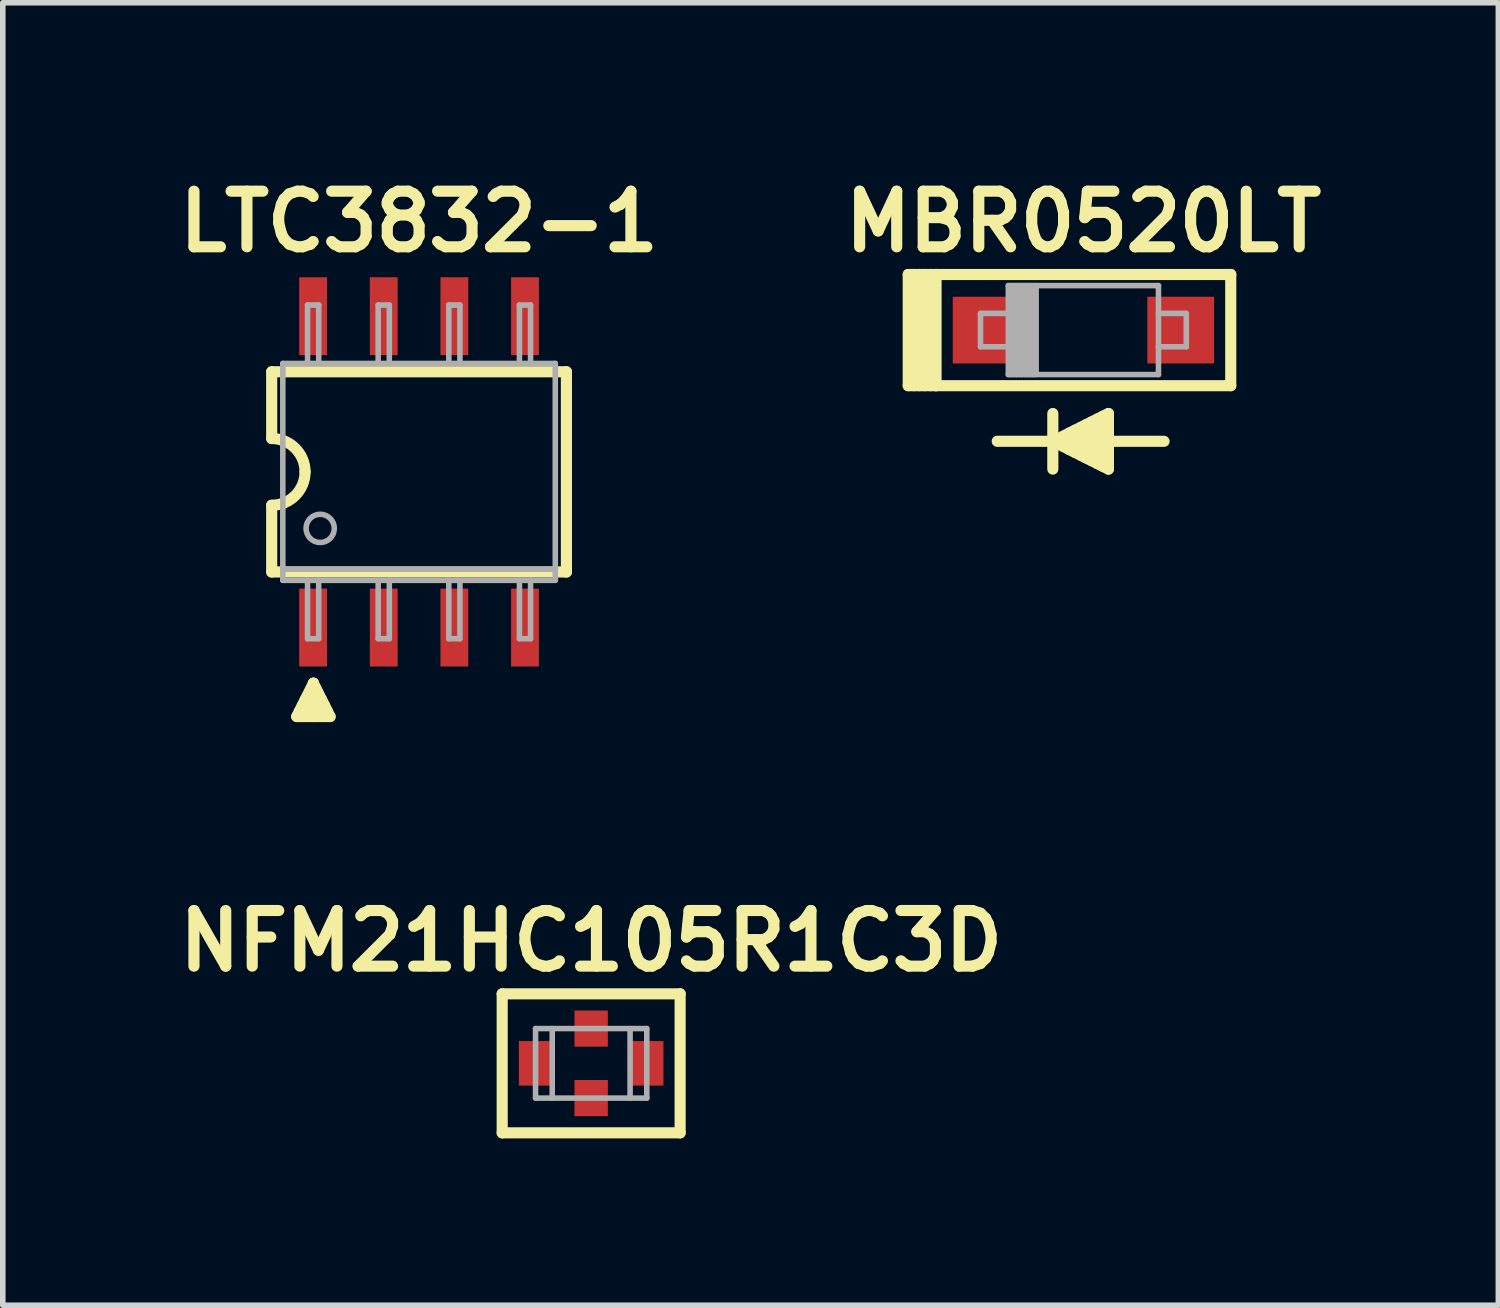
<source format=kicad_pcb>
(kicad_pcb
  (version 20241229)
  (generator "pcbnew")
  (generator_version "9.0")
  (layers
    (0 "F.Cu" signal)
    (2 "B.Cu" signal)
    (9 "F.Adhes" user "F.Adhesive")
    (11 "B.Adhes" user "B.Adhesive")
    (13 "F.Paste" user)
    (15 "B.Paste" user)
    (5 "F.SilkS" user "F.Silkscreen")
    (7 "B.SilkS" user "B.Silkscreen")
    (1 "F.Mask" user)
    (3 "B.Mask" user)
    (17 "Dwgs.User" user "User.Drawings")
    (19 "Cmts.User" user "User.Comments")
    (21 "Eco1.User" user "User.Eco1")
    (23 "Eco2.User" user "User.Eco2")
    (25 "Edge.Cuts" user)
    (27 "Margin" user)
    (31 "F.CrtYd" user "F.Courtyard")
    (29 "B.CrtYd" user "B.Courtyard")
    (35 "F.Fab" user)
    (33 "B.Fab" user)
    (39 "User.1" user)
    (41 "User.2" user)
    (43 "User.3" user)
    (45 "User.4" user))
  (footprint "NFM21HC105R1C3D"
    (layer "F.Cu")
    (at 7.581 16.072)
    (property "Reference" "NFM21HC105R1C3D" (at 0 -2.2 0) (layer "F.SilkS") (effects (font (size 1 1) (thickness 0.2))))
    (attr through_hole)
    (fp_line (start -1.6 -1.25) (end 1.6 -1.25) (stroke (width 0.2) (type solid)) (layer "F.SilkS"))
    (fp_line (start -1.6 1.25) (end -1.6 -1.25) (stroke (width 0.2) (type solid)) (layer "F.SilkS"))
    (fp_line (start -1.6 1.25) (end 1.6 1.25) (stroke (width 0.2) (type solid)) (layer "F.SilkS"))
    (fp_line (start 1.6 1.25) (end 1.6 -1.25) (stroke (width 0.2) (type solid)) (layer "F.SilkS"))
    (fp_line (start -1 -0.625) (end -1 0.625) (stroke (width 0.1) (type solid)) (layer "F.Fab"))
    (fp_line (start -1 0.625) (end 1 0.625) (stroke (width 0.1) (type solid)) (layer "F.Fab"))
    (fp_line (start -0.7 -0.625) (end -0.7 0.625) (stroke (width 0.1) (type solid)) (layer "F.Fab"))
    (fp_line (start 0.7 0.625) (end 0.7 -0.625) (stroke (width 0.1) (type solid)) (layer "F.Fab"))
    (fp_line (start 1 -0.625) (end -1 -0.625) (stroke (width 0.1) (type solid)) (layer "F.Fab"))
    (fp_line (start 1 0.625) (end 1 -0.625) (stroke (width 0.1) (type solid)) (layer "F.Fab"))
    (pad "1" smd rect (at -1 0) (size 0.6 0.8) (layers "F.Cu" "F.Mask" "F.Paste"))
    (pad "2" smd rect (at 0 -0.625) (size 0.6 0.65) (layers "F.Cu" "F.Mask" "F.Paste"))
    (pad "2" smd rect (at 0 0.625) (size 0.6 0.65) (layers "F.Cu" "F.Mask" "F.Paste"))
    (pad "3" smd rect (at 1 0) (size 0.6 0.8) (layers "F.Cu" "F.Mask" "F.Paste")))
  (footprint "LTC3832-1"
    (layer "F.Cu")
    (at 4.486 5.436)
    (property "Reference" "LTC3832-1" (at 0 -4.5 0) (layer "F.SilkS") (effects (font (size 1 1) (thickness 0.2))))
    (attr through_hole)
    (fp_line (start -2.65 -1.8) (end -2.65 -0.6) (stroke (width 0.2) (type solid)) (layer "F.SilkS"))
    (fp_line (start -2.65 -1.8) (end 2.65 -1.8) (stroke (width 0.2) (type solid)) (layer "F.SilkS"))
    (fp_line (start -2.65 1.8) (end -2.65 0.6) (stroke (width 0.2) (type solid)) (layer "F.SilkS"))
    (fp_line (start -2.2 4.4) (end -1.6 4.4) (stroke (width 0.2) (type solid)) (layer "F.SilkS"))
    (fp_line (start -2.15 4.3) (end -1.65 4.3) (stroke (width 0.2) (type solid)) (layer "F.SilkS"))
    (fp_line (start -1.9 3.8) (end -2.2 4.4) (stroke (width 0.2) (type solid)) (layer "F.SilkS"))
    (fp_line (start -1.9 3.8) (end -1.9 4.4) (stroke (width 0.2) (type solid)) (layer "F.SilkS"))
    (fp_line (start -1.75 4.1) (end -2.05 4.1) (stroke (width 0.2) (type solid)) (layer "F.SilkS"))
    (fp_line (start -1.7 4.2) (end -2.1 4.2) (stroke (width 0.2) (type solid)) (layer "F.SilkS"))
    (fp_line (start -1.6 4.4) (end -1.9 3.8) (stroke (width 0.2) (type solid)) (layer "F.SilkS"))
    (fp_line (start 2.65 -1.8) (end 2.65 1.8) (stroke (width 0.2) (type solid)) (layer "F.SilkS"))
    (fp_line (start 2.65 1.8) (end -2.65 1.8) (stroke (width 0.2) (type solid)) (layer "F.SilkS"))
    (fp_arc (start -2.65 -0.6) (mid -2.225736 -0.424264) (end -2.05 0) (stroke (width 0.2) (type solid)) (layer "F.SilkS"))
    (fp_arc (start -2.05 0) (mid -2.225736 0.424264) (end -2.65 0.6) (stroke (width 0.2) (type solid)) (layer "F.SilkS"))
    (fp_line (start -2.45 -1.95) (end 2.45 -1.95) (stroke (width 0.1) (type solid)) (layer "F.Fab"))
    (fp_line (start -2.45 1.75) (end 2.45 1.75) (stroke (width 0.1) (type solid)) (layer "F.Fab"))
    (fp_line (start -2.45 1.95) (end -2.45 -1.95) (stroke (width 0.1) (type solid)) (layer "F.Fab"))
    (fp_line (start -2.005 -3) (end -2.005 -1.95) (stroke (width 0.1) (type solid)) (layer "F.Fab"))
    (fp_line (start -2.005 3) (end -2.005 1.95) (stroke (width 0.1) (type solid)) (layer "F.Fab"))
    (fp_line (start -1.805 -3) (end -2.005 -3) (stroke (width 0.1) (type solid)) (layer "F.Fab"))
    (fp_line (start -1.805 -1.95) (end -1.805 -3) (stroke (width 0.1) (type solid)) (layer "F.Fab"))
    (fp_line (start -1.805 1.95) (end -1.805 3) (stroke (width 0.1) (type solid)) (layer "F.Fab"))
    (fp_line (start -1.805 3) (end -2.005 3) (stroke (width 0.1) (type solid)) (layer "F.Fab"))
    (fp_line (start -0.735 -3) (end -0.735 -1.95) (stroke (width 0.1) (type solid)) (layer "F.Fab"))
    (fp_line (start -0.735 3) (end -0.735 1.95) (stroke (width 0.1) (type solid)) (layer "F.Fab"))
    (fp_line (start -0.535 -3) (end -0.735 -3) (stroke (width 0.1) (type solid)) (layer "F.Fab"))
    (fp_line (start -0.535 -1.95) (end -0.535 -3) (stroke (width 0.1) (type solid)) (layer "F.Fab"))
    (fp_line (start -0.535 1.95) (end -0.535 3) (stroke (width 0.1) (type solid)) (layer "F.Fab"))
    (fp_line (start -0.535 3) (end -0.735 3) (stroke (width 0.1) (type solid)) (layer "F.Fab"))
    (fp_line (start 0.535 -3) (end 0.535 -1.95) (stroke (width 0.1) (type solid)) (layer "F.Fab"))
    (fp_line (start 0.535 3) (end 0.535 1.95) (stroke (width 0.1) (type solid)) (layer "F.Fab"))
    (fp_line (start 0.735 -3) (end 0.535 -3) (stroke (width 0.1) (type solid)) (layer "F.Fab"))
    (fp_line (start 0.735 -1.95) (end 0.735 -3) (stroke (width 0.1) (type solid)) (layer "F.Fab"))
    (fp_line (start 0.735 1.95) (end 0.735 3) (stroke (width 0.1) (type solid)) (layer "F.Fab"))
    (fp_line (start 0.735 3) (end 0.535 3) (stroke (width 0.1) (type solid)) (layer "F.Fab"))
    (fp_line (start 1.805 -3) (end 1.805 -1.95) (stroke (width 0.1) (type solid)) (layer "F.Fab"))
    (fp_line (start 1.805 3) (end 1.805 1.95) (stroke (width 0.1) (type solid)) (layer "F.Fab"))
    (fp_line (start 2.005 -3) (end 1.805 -3) (stroke (width 0.1) (type solid)) (layer "F.Fab"))
    (fp_line (start 2.005 -1.95) (end 2.005 -3) (stroke (width 0.1) (type solid)) (layer "F.Fab"))
    (fp_line (start 2.005 1.95) (end 2.005 3) (stroke (width 0.1) (type solid)) (layer "F.Fab"))
    (fp_line (start 2.005 3) (end 1.805 3) (stroke (width 0.1) (type solid)) (layer "F.Fab"))
    (fp_line (start 2.45 -1.95) (end 2.45 1.95) (stroke (width 0.1) (type solid)) (layer "F.Fab"))
    (fp_line (start 2.45 1.95) (end -2.45 1.95) (stroke (width 0.1) (type solid)) (layer "F.Fab"))
    (fp_circle (center -1.778 1.016) (end -1.778 1.27) (stroke (width 0.1) (type solid)) (fill no) (layer "F.Fab"))
    (pad "1" smd rect (at -1.905 2.8) (size 0.5 1.4) (layers "F.Cu" "F.Mask" "F.Paste"))
    (pad "2" smd rect (at -0.635 2.8) (size 0.5 1.4) (layers "F.Cu" "F.Mask" "F.Paste"))
    (pad "3" smd rect (at 0.635 2.8) (size 0.5 1.4) (layers "F.Cu" "F.Mask" "F.Paste"))
    (pad "4" smd rect (at 1.905 2.8) (size 0.5 1.4) (layers "F.Cu" "F.Mask" "F.Paste"))
    (pad "5" smd rect (at 1.905 -2.8) (size 0.5 1.4) (layers "F.Cu" "F.Mask" "F.Paste"))
    (pad "6" smd rect (at 0.635 -2.8) (size 0.5 1.4) (layers "F.Cu" "F.Mask" "F.Paste"))
    (pad "7" smd rect (at -0.635 -2.8) (size 0.5 1.4) (layers "F.Cu" "F.Mask" "F.Paste"))
    (pad "8" smd rect (at -1.905 -2.8) (size 0.5 1.4) (layers "F.Cu" "F.Mask" "F.Paste")))
  (footprint "MBR0520LT"
    (layer "F.Cu")
    (at 16.433 2.886)
    (property "Reference" "MBR0520LT" (at 0 -1.95 0) (layer "F.SilkS") (effects (font (size 1 1) (thickness 0.2))))
    (attr through_hole)
    (fp_line (start -3.15 -1) (end -2.65 -1) (stroke (width 0.2) (type solid)) (layer "F.SilkS"))
    (fp_line (start -3.15 1) (end -3.15 -1) (stroke (width 0.2) (type solid)) (layer "F.SilkS"))
    (fp_line (start -3.05 1) (end -3.05 -1) (stroke (width 0.2) (type solid)) (layer "F.SilkS"))
    (fp_line (start -2.95 -1) (end -2.95 1) (stroke (width 0.2) (type solid)) (layer "F.SilkS"))
    (fp_line (start -2.85 1) (end -2.85 -1) (stroke (width 0.2) (type solid)) (layer "F.SilkS"))
    (fp_line (start -2.75 -1) (end -2.75 1) (stroke (width 0.2) (type solid)) (layer "F.SilkS"))
    (fp_line (start -2.65 -1) (end 2.65 -1) (stroke (width 0.2) (type solid)) (layer "F.SilkS"))
    (fp_line (start -2.65 1) (end -3.15 1) (stroke (width 0.2) (type solid)) (layer "F.SilkS"))
    (fp_line (start -2.65 1) (end -2.65 -1) (stroke (width 0.2) (type solid)) (layer "F.SilkS"))
    (fp_line (start -0.55 1.5) (end -0.55 2.5) (stroke (width 0.2) (type solid)) (layer "F.SilkS"))
    (fp_line (start -0.55 2) (end -1.55 2) (stroke (width 0.2) (type solid)) (layer "F.SilkS"))
    (fp_line (start -0.55 2) (end 0.45 2) (stroke (width 0.2) (type solid)) (layer "F.SilkS"))
    (fp_line (start -0.55 2) (end 0.45 2.5) (stroke (width 0.2) (type solid)) (layer "F.SilkS"))
    (fp_line (start -0.25 2.15) (end -0.25 1.85) (stroke (width 0.2) (type solid)) (layer "F.SilkS"))
    (fp_line (start -0.15 1.8) (end -0.15 2.2) (stroke (width 0.2) (type solid)) (layer "F.SilkS"))
    (fp_line (start -0.05 2.25) (end -0.05 1.75) (stroke (width 0.2) (type solid)) (layer "F.SilkS"))
    (fp_line (start 0.05 1.7) (end 0.05 2.3) (stroke (width 0.2) (type solid)) (layer "F.SilkS"))
    (fp_line (start 0.15 2.35) (end 0.15 1.65) (stroke (width 0.2) (type solid)) (layer "F.SilkS"))
    (fp_line (start 0.25 1.6) (end 0.25 2.4) (stroke (width 0.2) (type solid)) (layer "F.SilkS"))
    (fp_line (start 0.35 2.45) (end 0.35 1.55) (stroke (width 0.2) (type solid)) (layer "F.SilkS"))
    (fp_line (start 0.45 1.5) (end -0.55 2) (stroke (width 0.2) (type solid)) (layer "F.SilkS"))
    (fp_line (start 0.45 2) (end 0.45 1.5) (stroke (width 0.2) (type solid)) (layer "F.SilkS"))
    (fp_line (start 0.45 2) (end 1.45 2) (stroke (width 0.2) (type solid)) (layer "F.SilkS"))
    (fp_line (start 0.45 2.5) (end 0.45 2) (stroke (width 0.2) (type solid)) (layer "F.SilkS"))
    (fp_line (start 2.65 -1) (end 2.65 1) (stroke (width 0.2) (type solid)) (layer "F.SilkS"))
    (fp_line (start 2.65 1) (end -2.65 1) (stroke (width 0.2) (type solid)) (layer "F.SilkS"))
    (fp_line (start -1.85 -0.3) (end -1.85 0.3) (stroke (width 0.1) (type solid)) (layer "F.Fab"))
    (fp_line (start -1.85 0.3) (end -1.35 0.3) (stroke (width 0.1) (type solid)) (layer "F.Fab"))
    (fp_line (start -1.35 -0.8) (end -1.35 0.8) (stroke (width 0.1) (type solid)) (layer "F.Fab"))
    (fp_line (start -1.35 -0.3) (end -1.85 -0.3) (stroke (width 0.1) (type solid)) (layer "F.Fab"))
    (fp_line (start -1.35 0.8) (end 1.35 0.8) (stroke (width 0.1) (type solid)) (layer "F.Fab"))
    (fp_line (start -1.3 0.8) (end -1.3 -0.8) (stroke (width 0.1) (type solid)) (layer "F.Fab"))
    (fp_line (start -1.25 -0.8) (end -1.25 0.8) (stroke (width 0.1) (type solid)) (layer "F.Fab"))
    (fp_line (start -1.2 0.8) (end -1.2 -0.8) (stroke (width 0.1) (type solid)) (layer "F.Fab"))
    (fp_line (start -1.15 -0.8) (end -1.15 0.8) (stroke (width 0.1) (type solid)) (layer "F.Fab"))
    (fp_line (start -1.1 0.8) (end -1.1 -0.8) (stroke (width 0.1) (type solid)) (layer "F.Fab"))
    (fp_line (start -1.05 -0.8) (end -1.05 0.8) (stroke (width 0.1) (type solid)) (layer "F.Fab"))
    (fp_line (start -1 0.8) (end -1 -0.8) (stroke (width 0.1) (type solid)) (layer "F.Fab"))
    (fp_line (start -0.95 0.8) (end -0.95 -0.8) (stroke (width 0.1) (type solid)) (layer "F.Fab"))
    (fp_line (start -0.9 0.8) (end -0.9 -0.8) (stroke (width 0.1) (type solid)) (layer "F.Fab"))
    (fp_line (start -0.85 -0.8) (end -0.85 0.8) (stroke (width 0.1) (type solid)) (layer "F.Fab"))
    (fp_line (start 1.35 -0.8) (end -1.35 -0.8) (stroke (width 0.1) (type solid)) (layer "F.Fab"))
    (fp_line (start 1.35 -0.3) (end 1.85 -0.3) (stroke (width 0.1) (type solid)) (layer "F.Fab"))
    (fp_line (start 1.35 0.8) (end 1.35 -0.8) (stroke (width 0.1) (type solid)) (layer "F.Fab"))
    (fp_line (start 1.85 -0.3) (end 1.85 0.3) (stroke (width 0.1) (type solid)) (layer "F.Fab"))
    (fp_line (start 1.85 0.3) (end 1.35 0.3) (stroke (width 0.1) (type solid)) (layer "F.Fab"))
    (pad "1" smd rect (at -1.75 0) (size 1.2 1.2) (layers "F.Cu" "F.Mask"))
    (pad "2" smd rect (at 1.75 0) (size 1.2 1.2) (layers "F.Cu" "F.Mask")))
  (gr_rect
    (start -3 -3)
    (end 23.895 20.422)
    (stroke (width 0.1) (type default))
    (fill no)
    (layer "Edge.Cuts")))
</source>
